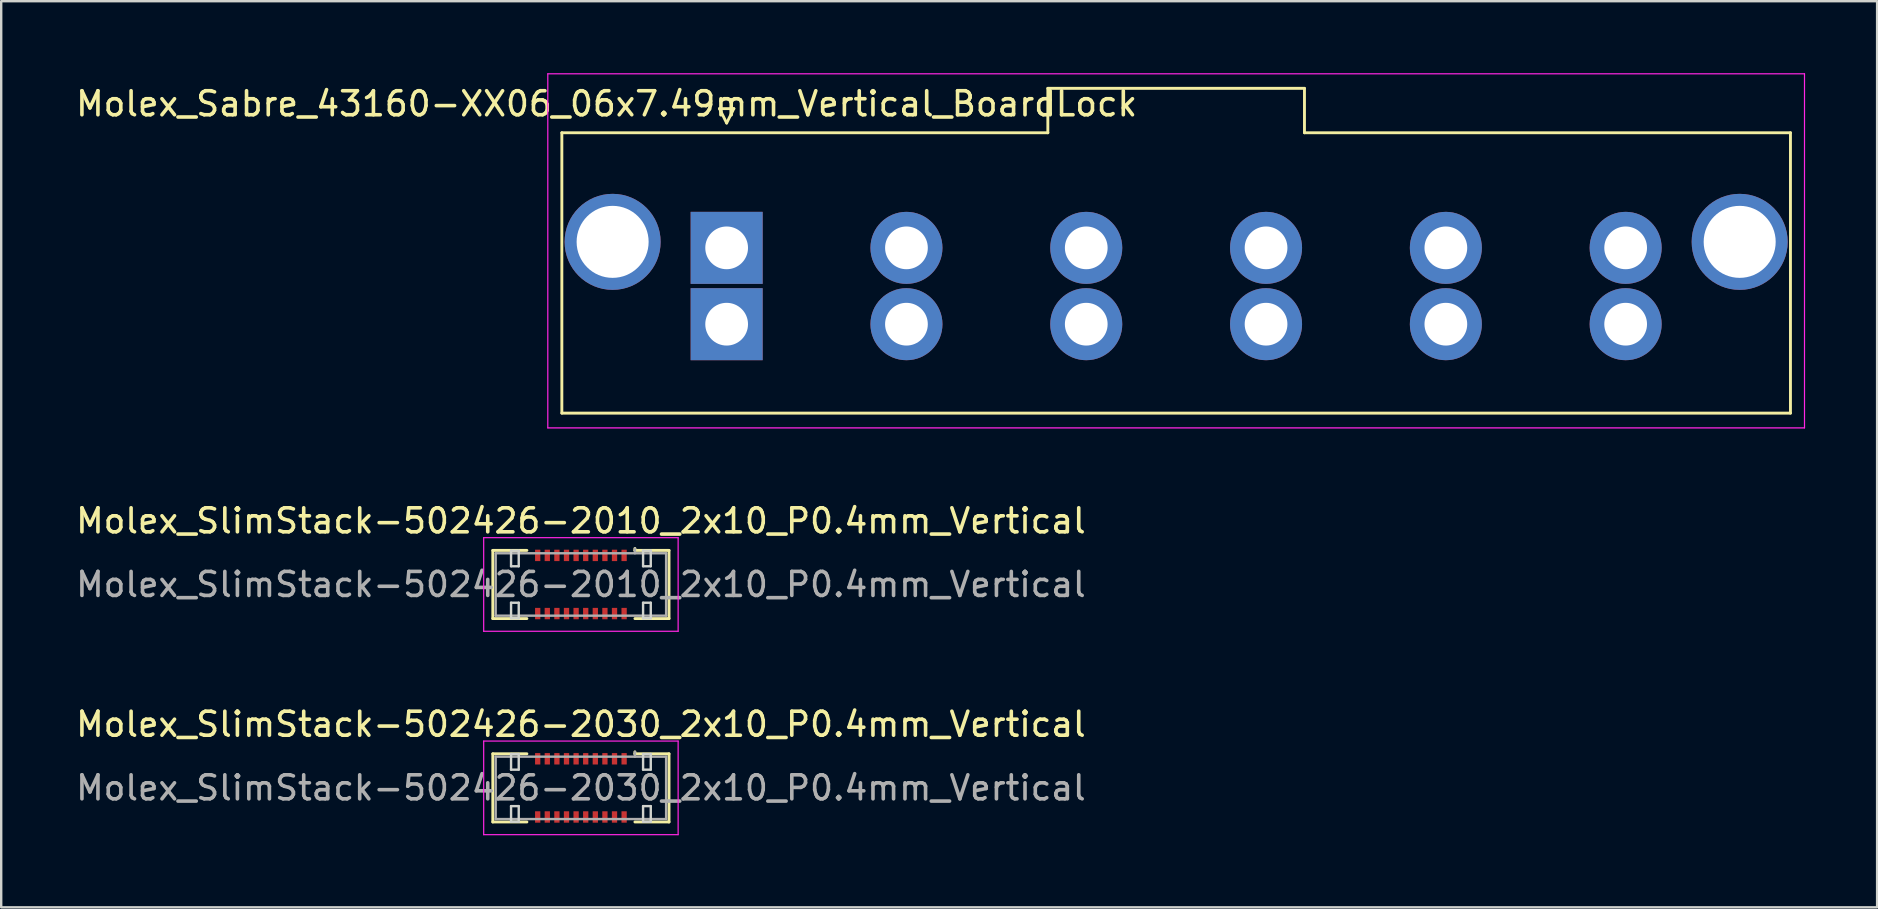
<source format=kicad_pcb>
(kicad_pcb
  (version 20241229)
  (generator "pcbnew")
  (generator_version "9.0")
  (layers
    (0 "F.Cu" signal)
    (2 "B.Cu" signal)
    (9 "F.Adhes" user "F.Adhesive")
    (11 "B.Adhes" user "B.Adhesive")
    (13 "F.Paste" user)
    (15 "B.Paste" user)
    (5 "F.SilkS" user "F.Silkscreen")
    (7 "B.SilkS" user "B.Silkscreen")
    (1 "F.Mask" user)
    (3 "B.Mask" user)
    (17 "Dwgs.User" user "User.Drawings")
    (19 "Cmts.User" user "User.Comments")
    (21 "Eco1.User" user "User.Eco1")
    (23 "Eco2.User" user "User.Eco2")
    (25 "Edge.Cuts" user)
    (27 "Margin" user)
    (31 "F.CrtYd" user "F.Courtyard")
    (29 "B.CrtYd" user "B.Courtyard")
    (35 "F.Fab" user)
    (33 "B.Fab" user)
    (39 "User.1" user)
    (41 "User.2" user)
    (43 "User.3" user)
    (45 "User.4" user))
  (footprint "Molex_Sabre_43160-XX06_06x7.49mm_Vertical_BoardLock"
    (layer "F.Cu")
    (at 27.22 7.275)
    (property "Reference" "Molex_Sabre_43160-XX06_06x7.49mm_Vertical_BoardLock" (at -5 -6 0) (layer "F.SilkS") (effects (font (size 1 1) (thickness 0.15))))
    (attr through_hole)
    (fp_line (start -6.865 -4.795) (end 13.38 -4.795) (stroke (width 0.12) (type solid)) (layer "F.SilkS"))
    (fp_line (start -6.865 6.885) (end -6.865 -4.795) (stroke (width 0.12) (type solid)) (layer "F.SilkS"))
    (fp_line (start -0.3 -5.8) (end 0 -5.2) (stroke (width 0.12) (type solid)) (layer "F.SilkS"))
    (fp_line (start 0 -5.2) (end 0.3 -5.8) (stroke (width 0.12) (type solid)) (layer "F.SilkS"))
    (fp_line (start 0.3 -5.8) (end -0.3 -5.8) (stroke (width 0.12) (type solid)) (layer "F.SilkS"))
    (fp_line (start 13.38 -6.645) (end 24.07 -6.645) (stroke (width 0.12) (type solid)) (layer "F.SilkS"))
    (fp_line (start 13.38 -4.795) (end 13.38 -6.645) (stroke (width 0.12) (type solid)) (layer "F.SilkS"))
    (fp_line (start 24.07 -6.645) (end 24.07 -4.795) (stroke (width 0.12) (type solid)) (layer "F.SilkS"))
    (fp_line (start 24.07 -4.795) (end 44.315 -4.795) (stroke (width 0.12) (type solid)) (layer "F.SilkS"))
    (fp_line (start 44.315 -4.795) (end 44.315 6.885) (stroke (width 0.12) (type solid)) (layer "F.SilkS"))
    (fp_line (start 44.315 6.885) (end -6.865 6.885) (stroke (width 0.12) (type solid)) (layer "F.SilkS"))
    (fp_line (start -7.45 -7.25) (end -7.45 7.5) (stroke (width 0.05) (type solid)) (layer "F.CrtYd"))
    (fp_line (start -7.45 7.5) (end 44.9 7.5) (stroke (width 0.05) (type solid)) (layer "F.CrtYd"))
    (fp_line (start 44.9 -7.25) (end -7.45 -7.25) (stroke (width 0.05) (type solid)) (layer "F.CrtYd"))
    (fp_line (start 44.9 7.5) (end 44.9 -7.25) (stroke (width 0.05) (type solid)) (layer "F.CrtYd"))
    (pad "" thru_hole circle (at -4.75 -0.25) (size 4 4) (drill 3) (layers "*.Cu" "*.Mask"))
    (pad "" thru_hole circle (at 42.2 -0.25) (size 4 4) (drill 3) (layers "*.Cu" "*.Mask"))
    (pad "1" thru_hole rect (at 0 0) (size 3 3) (drill 1.78) (layers "*.Cu" "*.Mask"))
    (pad "1" thru_hole rect (at 0 3.18) (size 3 3) (drill 1.78) (layers "*.Cu" "*.Mask"))
    (pad "2" thru_hole circle (at 7.49 0) (size 3 3) (drill 1.78) (layers "*.Cu" "*.Mask"))
    (pad "2" thru_hole circle (at 7.49 3.18) (size 3 3) (drill 1.78) (layers "*.Cu" "*.Mask"))
    (pad "3" thru_hole circle (at 14.98 0) (size 3 3) (drill 1.78) (layers "*.Cu" "*.Mask"))
    (pad "3" thru_hole circle (at 14.98 3.18) (size 3 3) (drill 1.78) (layers "*.Cu" "*.Mask"))
    (pad "4" thru_hole circle (at 22.47 0) (size 3 3) (drill 1.78) (layers "*.Cu" "*.Mask"))
    (pad "4" thru_hole circle (at 22.47 3.18) (size 3 3) (drill 1.78) (layers "*.Cu" "*.Mask"))
    (pad "5" thru_hole circle (at 29.96 0) (size 3 3) (drill 1.78) (layers "*.Cu" "*.Mask"))
    (pad "5" thru_hole circle (at 29.96 3.18) (size 3 3) (drill 1.78) (layers "*.Cu" "*.Mask"))
    (pad "6" thru_hole circle (at 37.45 0) (size 3 3) (drill 1.78) (layers "*.Cu" "*.Mask"))
    (pad "6" thru_hole circle (at 37.45 3.18) (size 3 3) (drill 1.78) (layers "*.Cu" "*.Mask")))
  (footprint "Molex_SlimStack-502426-2010_2x10_P0.4mm_Vertical"
    (layer "F.Cu")
    (at 21.149 21.298)
    (property "Reference" "Molex_SlimStack-502426-2010_2x10_P0.4mm_Vertical" (at 0 -2.65 0) (layer "F.SilkS") (effects (font (size 1 1) (thickness 0.15))))
    (attr smd)
    (fp_line (start -3.67 -1.42) (end -2.25 -1.42) (stroke (width 0.12) (type solid)) (layer "F.SilkS"))
    (fp_line (start -3.67 1.42) (end -3.67 -1.42) (stroke (width 0.12) (type solid)) (layer "F.SilkS"))
    (fp_line (start -2.25 1.42) (end -3.67 1.42) (stroke (width 0.12) (type solid)) (layer "F.SilkS"))
    (fp_line (start 2.25 -1.42) (end 2.25 -1.5) (stroke (width 0.12) (type solid)) (layer "F.SilkS"))
    (fp_line (start 2.25 1.42) (end 3.67 1.42) (stroke (width 0.12) (type solid)) (layer "F.SilkS"))
    (fp_line (start 3.67 -1.42) (end 2.25 -1.42) (stroke (width 0.12) (type solid)) (layer "F.SilkS"))
    (fp_line (start 3.67 1.42) (end 3.67 -1.42) (stroke (width 0.12) (type solid)) (layer "F.SilkS"))
    (fp_line (start -2.91 -1.41) (end -2.91 -0.76) (stroke (width 0.1) (type solid)) (layer "Edge.Cuts"))
    (fp_line (start -2.91 -0.76) (end -2.59 -0.76) (stroke (width 0.1) (type solid)) (layer "Edge.Cuts"))
    (fp_line (start -2.91 0.76) (end -2.91 1.41) (stroke (width 0.1) (type solid)) (layer "Edge.Cuts"))
    (fp_line (start -2.91 1.41) (end -2.59 1.41) (stroke (width 0.1) (type solid)) (layer "Edge.Cuts"))
    (fp_line (start -2.59 -1.41) (end -2.91 -1.41) (stroke (width 0.1) (type solid)) (layer "Edge.Cuts"))
    (fp_line (start -2.59 -0.76) (end -2.59 -1.41) (stroke (width 0.1) (type solid)) (layer "Edge.Cuts"))
    (fp_line (start -2.59 0.76) (end -2.91 0.76) (stroke (width 0.1) (type solid)) (layer "Edge.Cuts"))
    (fp_line (start -2.59 1.41) (end -2.59 0.76) (stroke (width 0.1) (type solid)) (layer "Edge.Cuts"))
    (fp_line (start 2.59 -1.41) (end 2.59 -0.76) (stroke (width 0.1) (type solid)) (layer "Edge.Cuts"))
    (fp_line (start 2.59 -0.76) (end 2.91 -0.76) (stroke (width 0.1) (type solid)) (layer "Edge.Cuts"))
    (fp_line (start 2.59 0.76) (end 2.59 1.41) (stroke (width 0.1) (type solid)) (layer "Edge.Cuts"))
    (fp_line (start 2.59 1.41) (end 2.91 1.41) (stroke (width 0.1) (type solid)) (layer "Edge.Cuts"))
    (fp_line (start 2.91 -1.41) (end 2.59 -1.41) (stroke (width 0.1) (type solid)) (layer "Edge.Cuts"))
    (fp_line (start 2.91 -0.76) (end 2.91 -1.41) (stroke (width 0.1) (type solid)) (layer "Edge.Cuts"))
    (fp_line (start 2.91 0.76) (end 2.59 0.76) (stroke (width 0.1) (type solid)) (layer "Edge.Cuts"))
    (fp_line (start 2.91 1.41) (end 2.91 0.76) (stroke (width 0.1) (type solid)) (layer "Edge.Cuts"))
    (fp_line (start -4.05 -1.95) (end -4.05 1.95) (stroke (width 0.05) (type solid)) (layer "F.CrtYd"))
    (fp_line (start -4.05 1.95) (end 4.05 1.95) (stroke (width 0.05) (type solid)) (layer "F.CrtYd"))
    (fp_line (start 4.05 -1.95) (end -4.05 -1.95) (stroke (width 0.05) (type solid)) (layer "F.CrtYd"))
    (fp_line (start 4.05 1.95) (end 4.05 -1.95) (stroke (width 0.05) (type solid)) (layer "F.CrtYd"))
    (fp_line (start -3.55 -1.3) (end -3.55 1.3) (stroke (width 0.1) (type solid)) (layer "F.Fab"))
    (fp_line (start -3.55 1.3) (end 3.55 1.3) (stroke (width 0.1) (type solid)) (layer "F.Fab"))
    (fp_line (start 2.25 -1.3) (end 2.25 -1.5) (stroke (width 0.1) (type solid)) (layer "F.Fab"))
    (fp_line (start 3.55 -1.3) (end -3.55 -1.3) (stroke (width 0.1) (type solid)) (layer "F.Fab"))
    (fp_line (start 3.55 1.3) (end 3.55 -1.3) (stroke (width 0.1) (type solid)) (layer "F.Fab"))
    (fp_text user "${REFERENCE}" (at 0 0 0) (layer "F.Fab") (effects (font (size 1 1) (thickness 0.15))))
    (pad "1" smd rect (at 1.8 -1.212) (size 0.22 0.475) (layers "F.Cu" "F.Mask" "F.Paste"))
    (pad "2" smd rect (at 1.8 1.212) (size 0.22 0.475) (layers "F.Cu" "F.Mask" "F.Paste"))
    (pad "3" smd rect (at 1.4 -1.212) (size 0.22 0.475) (layers "F.Cu" "F.Mask" "F.Paste"))
    (pad "4" smd rect (at 1.4 1.212) (size 0.22 0.475) (layers "F.Cu" "F.Mask" "F.Paste"))
    (pad "5" smd rect (at 1 -1.212) (size 0.22 0.475) (layers "F.Cu" "F.Mask" "F.Paste"))
    (pad "6" smd rect (at 1 1.212) (size 0.22 0.475) (layers "F.Cu" "F.Mask" "F.Paste"))
    (pad "7" smd rect (at 0.6 -1.212) (size 0.22 0.475) (layers "F.Cu" "F.Mask" "F.Paste"))
    (pad "8" smd rect (at 0.6 1.212) (size 0.22 0.475) (layers "F.Cu" "F.Mask" "F.Paste"))
    (pad "9" smd rect (at 0.2 -1.212) (size 0.22 0.475) (layers "F.Cu" "F.Mask" "F.Paste"))
    (pad "10" smd rect (at 0.2 1.212) (size 0.22 0.475) (layers "F.Cu" "F.Mask" "F.Paste"))
    (pad "11" smd rect (at -0.2 -1.212) (size 0.22 0.475) (layers "F.Cu" "F.Mask" "F.Paste"))
    (pad "12" smd rect (at -0.2 1.212) (size 0.22 0.475) (layers "F.Cu" "F.Mask" "F.Paste"))
    (pad "13" smd rect (at -0.6 -1.212) (size 0.22 0.475) (layers "F.Cu" "F.Mask" "F.Paste"))
    (pad "14" smd rect (at -0.6 1.212) (size 0.22 0.475) (layers "F.Cu" "F.Mask" "F.Paste"))
    (pad "15" smd rect (at -1 -1.212) (size 0.22 0.475) (layers "F.Cu" "F.Mask" "F.Paste"))
    (pad "16" smd rect (at -1 1.212) (size 0.22 0.475) (layers "F.Cu" "F.Mask" "F.Paste"))
    (pad "17" smd rect (at -1.4 -1.212) (size 0.22 0.475) (layers "F.Cu" "F.Mask" "F.Paste"))
    (pad "18" smd rect (at -1.4 1.212) (size 0.22 0.475) (layers "F.Cu" "F.Mask" "F.Paste"))
    (pad "19" smd rect (at -1.8 -1.212) (size 0.22 0.475) (layers "F.Cu" "F.Mask" "F.Paste"))
    (pad "20" smd rect (at -1.8 1.212) (size 0.22 0.475) (layers "F.Cu" "F.Mask" "F.Paste")))
  (footprint "Molex_SlimStack-502426-2030_2x10_P0.4mm_Vertical"
    (layer "F.Cu")
    (at 21.149 29.771)
    (property "Reference" "Molex_SlimStack-502426-2030_2x10_P0.4mm_Vertical" (at 0 -2.65 0) (layer "F.SilkS") (effects (font (size 1 1) (thickness 0.15))))
    (attr smd)
    (fp_line (start -3.67 -1.42) (end -2.25 -1.42) (stroke (width 0.12) (type solid)) (layer "F.SilkS"))
    (fp_line (start -3.67 1.42) (end -3.67 -1.42) (stroke (width 0.12) (type solid)) (layer "F.SilkS"))
    (fp_line (start -2.25 1.42) (end -3.67 1.42) (stroke (width 0.12) (type solid)) (layer "F.SilkS"))
    (fp_line (start 2.25 -1.42) (end 2.25 -1.5) (stroke (width 0.12) (type solid)) (layer "F.SilkS"))
    (fp_line (start 2.25 1.42) (end 3.67 1.42) (stroke (width 0.12) (type solid)) (layer "F.SilkS"))
    (fp_line (start 3.67 -1.42) (end 2.25 -1.42) (stroke (width 0.12) (type solid)) (layer "F.SilkS"))
    (fp_line (start 3.67 1.42) (end 3.67 -1.42) (stroke (width 0.12) (type solid)) (layer "F.SilkS"))
    (fp_line (start -2.91 -1.41) (end -2.91 -0.76) (stroke (width 0.1) (type solid)) (layer "Edge.Cuts"))
    (fp_line (start -2.91 -0.76) (end -2.59 -0.76) (stroke (width 0.1) (type solid)) (layer "Edge.Cuts"))
    (fp_line (start -2.91 0.76) (end -2.91 1.41) (stroke (width 0.1) (type solid)) (layer "Edge.Cuts"))
    (fp_line (start -2.91 1.41) (end -2.59 1.41) (stroke (width 0.1) (type solid)) (layer "Edge.Cuts"))
    (fp_line (start -2.59 -1.41) (end -2.91 -1.41) (stroke (width 0.1) (type solid)) (layer "Edge.Cuts"))
    (fp_line (start -2.59 -0.76) (end -2.59 -1.41) (stroke (width 0.1) (type solid)) (layer "Edge.Cuts"))
    (fp_line (start -2.59 0.76) (end -2.91 0.76) (stroke (width 0.1) (type solid)) (layer "Edge.Cuts"))
    (fp_line (start -2.59 1.41) (end -2.59 0.76) (stroke (width 0.1) (type solid)) (layer "Edge.Cuts"))
    (fp_line (start 2.59 -1.41) (end 2.59 -0.76) (stroke (width 0.1) (type solid)) (layer "Edge.Cuts"))
    (fp_line (start 2.59 -0.76) (end 2.91 -0.76) (stroke (width 0.1) (type solid)) (layer "Edge.Cuts"))
    (fp_line (start 2.59 0.76) (end 2.59 1.41) (stroke (width 0.1) (type solid)) (layer "Edge.Cuts"))
    (fp_line (start 2.59 1.41) (end 2.91 1.41) (stroke (width 0.1) (type solid)) (layer "Edge.Cuts"))
    (fp_line (start 2.91 -1.41) (end 2.59 -1.41) (stroke (width 0.1) (type solid)) (layer "Edge.Cuts"))
    (fp_line (start 2.91 -0.76) (end 2.91 -1.41) (stroke (width 0.1) (type solid)) (layer "Edge.Cuts"))
    (fp_line (start 2.91 0.76) (end 2.59 0.76) (stroke (width 0.1) (type solid)) (layer "Edge.Cuts"))
    (fp_line (start 2.91 1.41) (end 2.91 0.76) (stroke (width 0.1) (type solid)) (layer "Edge.Cuts"))
    (fp_line (start -4.05 -1.95) (end -4.05 1.95) (stroke (width 0.05) (type solid)) (layer "F.CrtYd"))
    (fp_line (start -4.05 1.95) (end 4.05 1.95) (stroke (width 0.05) (type solid)) (layer "F.CrtYd"))
    (fp_line (start 4.05 -1.95) (end -4.05 -1.95) (stroke (width 0.05) (type solid)) (layer "F.CrtYd"))
    (fp_line (start 4.05 1.95) (end 4.05 -1.95) (stroke (width 0.05) (type solid)) (layer "F.CrtYd"))
    (fp_line (start -3.55 -1.3) (end -3.55 1.3) (stroke (width 0.1) (type solid)) (layer "F.Fab"))
    (fp_line (start -3.55 1.3) (end 3.55 1.3) (stroke (width 0.1) (type solid)) (layer "F.Fab"))
    (fp_line (start 2.25 -1.3) (end 2.25 -1.5) (stroke (width 0.1) (type solid)) (layer "F.Fab"))
    (fp_line (start 3.55 -1.3) (end -3.55 -1.3) (stroke (width 0.1) (type solid)) (layer "F.Fab"))
    (fp_line (start 3.55 1.3) (end 3.55 -1.3) (stroke (width 0.1) (type solid)) (layer "F.Fab"))
    (fp_text user "${REFERENCE}" (at 0 0 0) (layer "F.Fab") (effects (font (size 1 1) (thickness 0.15))))
    (pad "1" smd rect (at 1.8 -1.212) (size 0.22 0.475) (layers "F.Cu" "F.Mask" "F.Paste"))
    (pad "2" smd rect (at 1.8 1.212) (size 0.22 0.475) (layers "F.Cu" "F.Mask" "F.Paste"))
    (pad "3" smd rect (at 1.4 -1.212) (size 0.22 0.475) (layers "F.Cu" "F.Mask" "F.Paste"))
    (pad "4" smd rect (at 1.4 1.212) (size 0.22 0.475) (layers "F.Cu" "F.Mask" "F.Paste"))
    (pad "5" smd rect (at 1 -1.212) (size 0.22 0.475) (layers "F.Cu" "F.Mask" "F.Paste"))
    (pad "6" smd rect (at 1 1.212) (size 0.22 0.475) (layers "F.Cu" "F.Mask" "F.Paste"))
    (pad "7" smd rect (at 0.6 -1.212) (size 0.22 0.475) (layers "F.Cu" "F.Mask" "F.Paste"))
    (pad "8" smd rect (at 0.6 1.212) (size 0.22 0.475) (layers "F.Cu" "F.Mask" "F.Paste"))
    (pad "9" smd rect (at 0.2 -1.212) (size 0.22 0.475) (layers "F.Cu" "F.Mask" "F.Paste"))
    (pad "10" smd rect (at 0.2 1.212) (size 0.22 0.475) (layers "F.Cu" "F.Mask" "F.Paste"))
    (pad "11" smd rect (at -0.2 -1.212) (size 0.22 0.475) (layers "F.Cu" "F.Mask" "F.Paste"))
    (pad "12" smd rect (at -0.2 1.212) (size 0.22 0.475) (layers "F.Cu" "F.Mask" "F.Paste"))
    (pad "13" smd rect (at -0.6 -1.212) (size 0.22 0.475) (layers "F.Cu" "F.Mask" "F.Paste"))
    (pad "14" smd rect (at -0.6 1.212) (size 0.22 0.475) (layers "F.Cu" "F.Mask" "F.Paste"))
    (pad "15" smd rect (at -1 -1.212) (size 0.22 0.475) (layers "F.Cu" "F.Mask" "F.Paste"))
    (pad "16" smd rect (at -1 1.212) (size 0.22 0.475) (layers "F.Cu" "F.Mask" "F.Paste"))
    (pad "17" smd rect (at -1.4 -1.212) (size 0.22 0.475) (layers "F.Cu" "F.Mask" "F.Paste"))
    (pad "18" smd rect (at -1.4 1.212) (size 0.22 0.475) (layers "F.Cu" "F.Mask" "F.Paste"))
    (pad "19" smd rect (at -1.8 -1.212) (size 0.22 0.475) (layers "F.Cu" "F.Mask" "F.Paste"))
    (pad "20" smd rect (at -1.8 1.212) (size 0.22 0.475) (layers "F.Cu" "F.Mask" "F.Paste")))
  (gr_rect
    (start -3 -3)
    (end 75.145 34.746)
    (stroke (width 0.1) (type default))
    (fill no)
    (layer "Edge.Cuts")))
</source>
